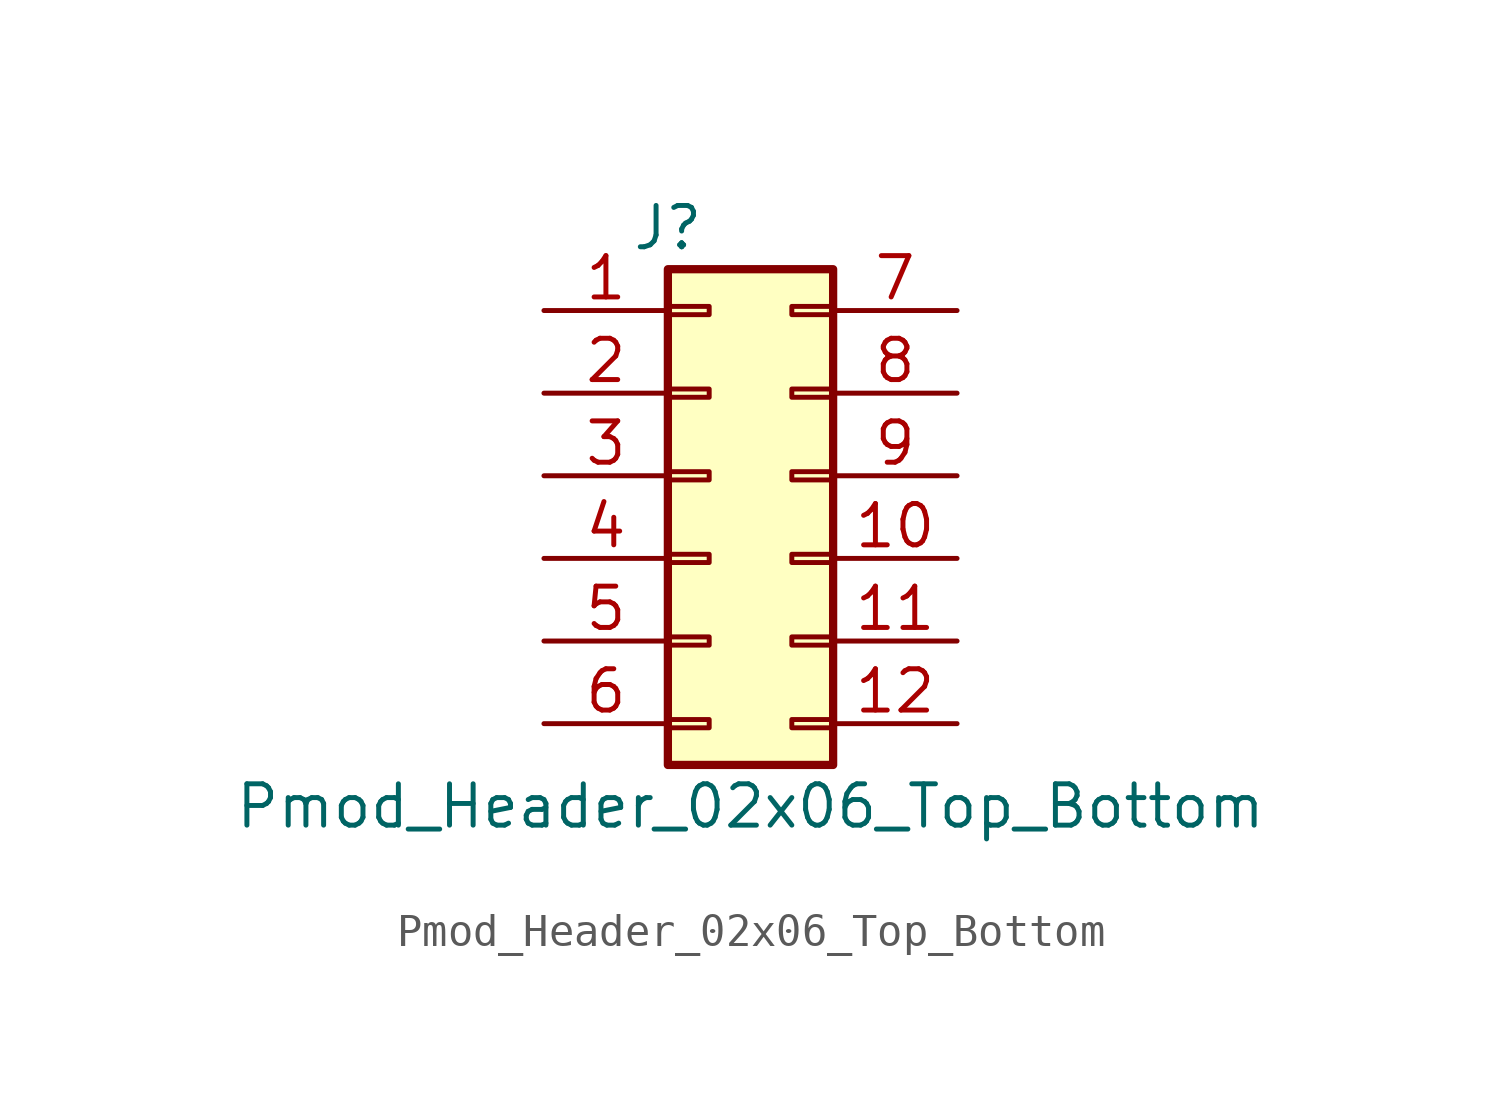
<source format=kicad_sym>
(kicad_symbol_lib
  (version 20211014)
  (generator kicad_symbol_editor)
  (symbol "Pmod_Header_02x06_Top_Bottom"
    (pin_names
      (offset 1.016) hide)
    (property "Reference" "J"
      (at -1.27 7.62 0)
      (effects (font (size 1.27 1.27))))
    (property "Value" "Pmod_Header_02x06_Top_Bottom"
      (at 1.27 -10.16 0)
      (effects (font (size 1.27 1.27))))
    (symbol "Pmod_Header_02x06_Top_Bottom_1_1"
      (rectangle (start -1.27 -7.493) (end 0 -7.747) (stroke (width 0.152) (type default) (color 0 0 0 0)) (fill (type none)))
      (rectangle (start -1.27 -4.953) (end 0 -5.207) (stroke (width 0.152) (type default) (color 0 0 0 0)) (fill (type none)))
      (rectangle (start -1.27 -2.413) (end 0 -2.667) (stroke (width 0.152) (type default) (color 0 0 0 0)) (fill (type none)))
      (rectangle (start -1.27 0.127) (end 0 -0.127) (stroke (width 0.152) (type default) (color 0 0 0 0)) (fill (type none)))
      (rectangle (start -1.27 2.667) (end 0 2.413) (stroke (width 0.152) (type default) (color 0 0 0 0)) (fill (type none)))
      (rectangle (start -1.27 5.207) (end 0 4.953) (stroke (width 0.152) (type default) (color 0 0 0 0)) (fill (type none)))
      (rectangle (start -1.27 6.35) (end 3.81 -8.89) (stroke (width 0.254) (type default) (color 0 0 0 0)) (fill (type background)))
      (rectangle (start 3.81 -7.493) (end 2.54 -7.747) (stroke (width 0.152) (type default) (color 0 0 0 0)) (fill (type none)))
      (rectangle (start 3.81 -4.953) (end 2.54 -5.207) (stroke (width 0.152) (type default) (color 0 0 0 0)) (fill (type none)))
      (rectangle (start 3.81 -2.413) (end 2.54 -2.667) (stroke (width 0.152) (type default) (color 0 0 0 0)) (fill (type none)))
      (rectangle (start 3.81 0.127) (end 2.54 -0.127) (stroke (width 0.152) (type default) (color 0 0 0 0)) (fill (type none)))
      (rectangle (start 3.81 2.667) (end 2.54 2.413) (stroke (width 0.152) (type default) (color 0 0 0 0)) (fill (type none)))
      (rectangle (start 3.81 5.207) (end 2.54 4.953) (stroke (width 0.152) (type default) (color 0 0 0 0)) (fill (type none)))
      (pin passive line (at -5.08 5.08 0) (length 3.81) (name "Pin_1" (effects (font (size 1.27 1.27)))) (number "1" (effects (font (size 1.27 1.27)))))
      (pin passive line (at 7.62 -2.54 180) (length 3.81) (name "Pin_10" (effects (font (size 1.27 1.27)))) (number "10" (effects (font (size 1.27 1.27)))))
      (pin passive line (at 7.62 -5.08 180) (length 3.81) (name "GND" (effects (font (size 1.27 1.27)))) (number "11" (effects (font (size 1.27 1.27)))))
      (pin passive line (at 7.62 -7.62 180) (length 3.81) (name "3.3V" (effects (font (size 1.27 1.27)))) (number "12" (effects (font (size 1.27 1.27)))))
      (pin passive line (at -5.08 2.54 0) (length 3.81) (name "Pin_2" (effects (font (size 1.27 1.27)))) (number "2" (effects (font (size 1.27 1.27)))))
      (pin passive line (at -5.08 0 0) (length 3.81) (name "Pin_3" (effects (font (size 1.27 1.27)))) (number "3" (effects (font (size 1.27 1.27)))))
      (pin passive line (at -5.08 -2.54 0) (length 3.81) (name "Pin_4" (effects (font (size 1.27 1.27)))) (number "4" (effects (font (size 1.27 1.27)))))
      (pin passive line (at -5.08 -5.08 0) (length 3.81) (name "GND" (effects (font (size 1.27 1.27)))) (number "5" (effects (font (size 1.27 1.27)))))
      (pin passive line (at -5.08 -7.62 0) (length 3.81) (name "3.3V" (effects (font (size 1.27 1.27)))) (number "6" (effects (font (size 1.27 1.27)))))
      (pin passive line (at 7.62 5.08 180) (length 3.81) (name "Pin_7" (effects (font (size 1.27 1.27)))) (number "7" (effects (font (size 1.27 1.27)))))
      (pin passive line (at 7.62 2.54 180) (length 3.81) (name "Pin_8" (effects (font (size 1.27 1.27)))) (number "8" (effects (font (size 1.27 1.27)))))
      (pin passive line (at 7.62 0 180) (length 3.81) (name "Pin_9" (effects (font (size 1.27 1.27)))) (number "9" (effects (font (size 1.27 1.27))))))))
</source>
